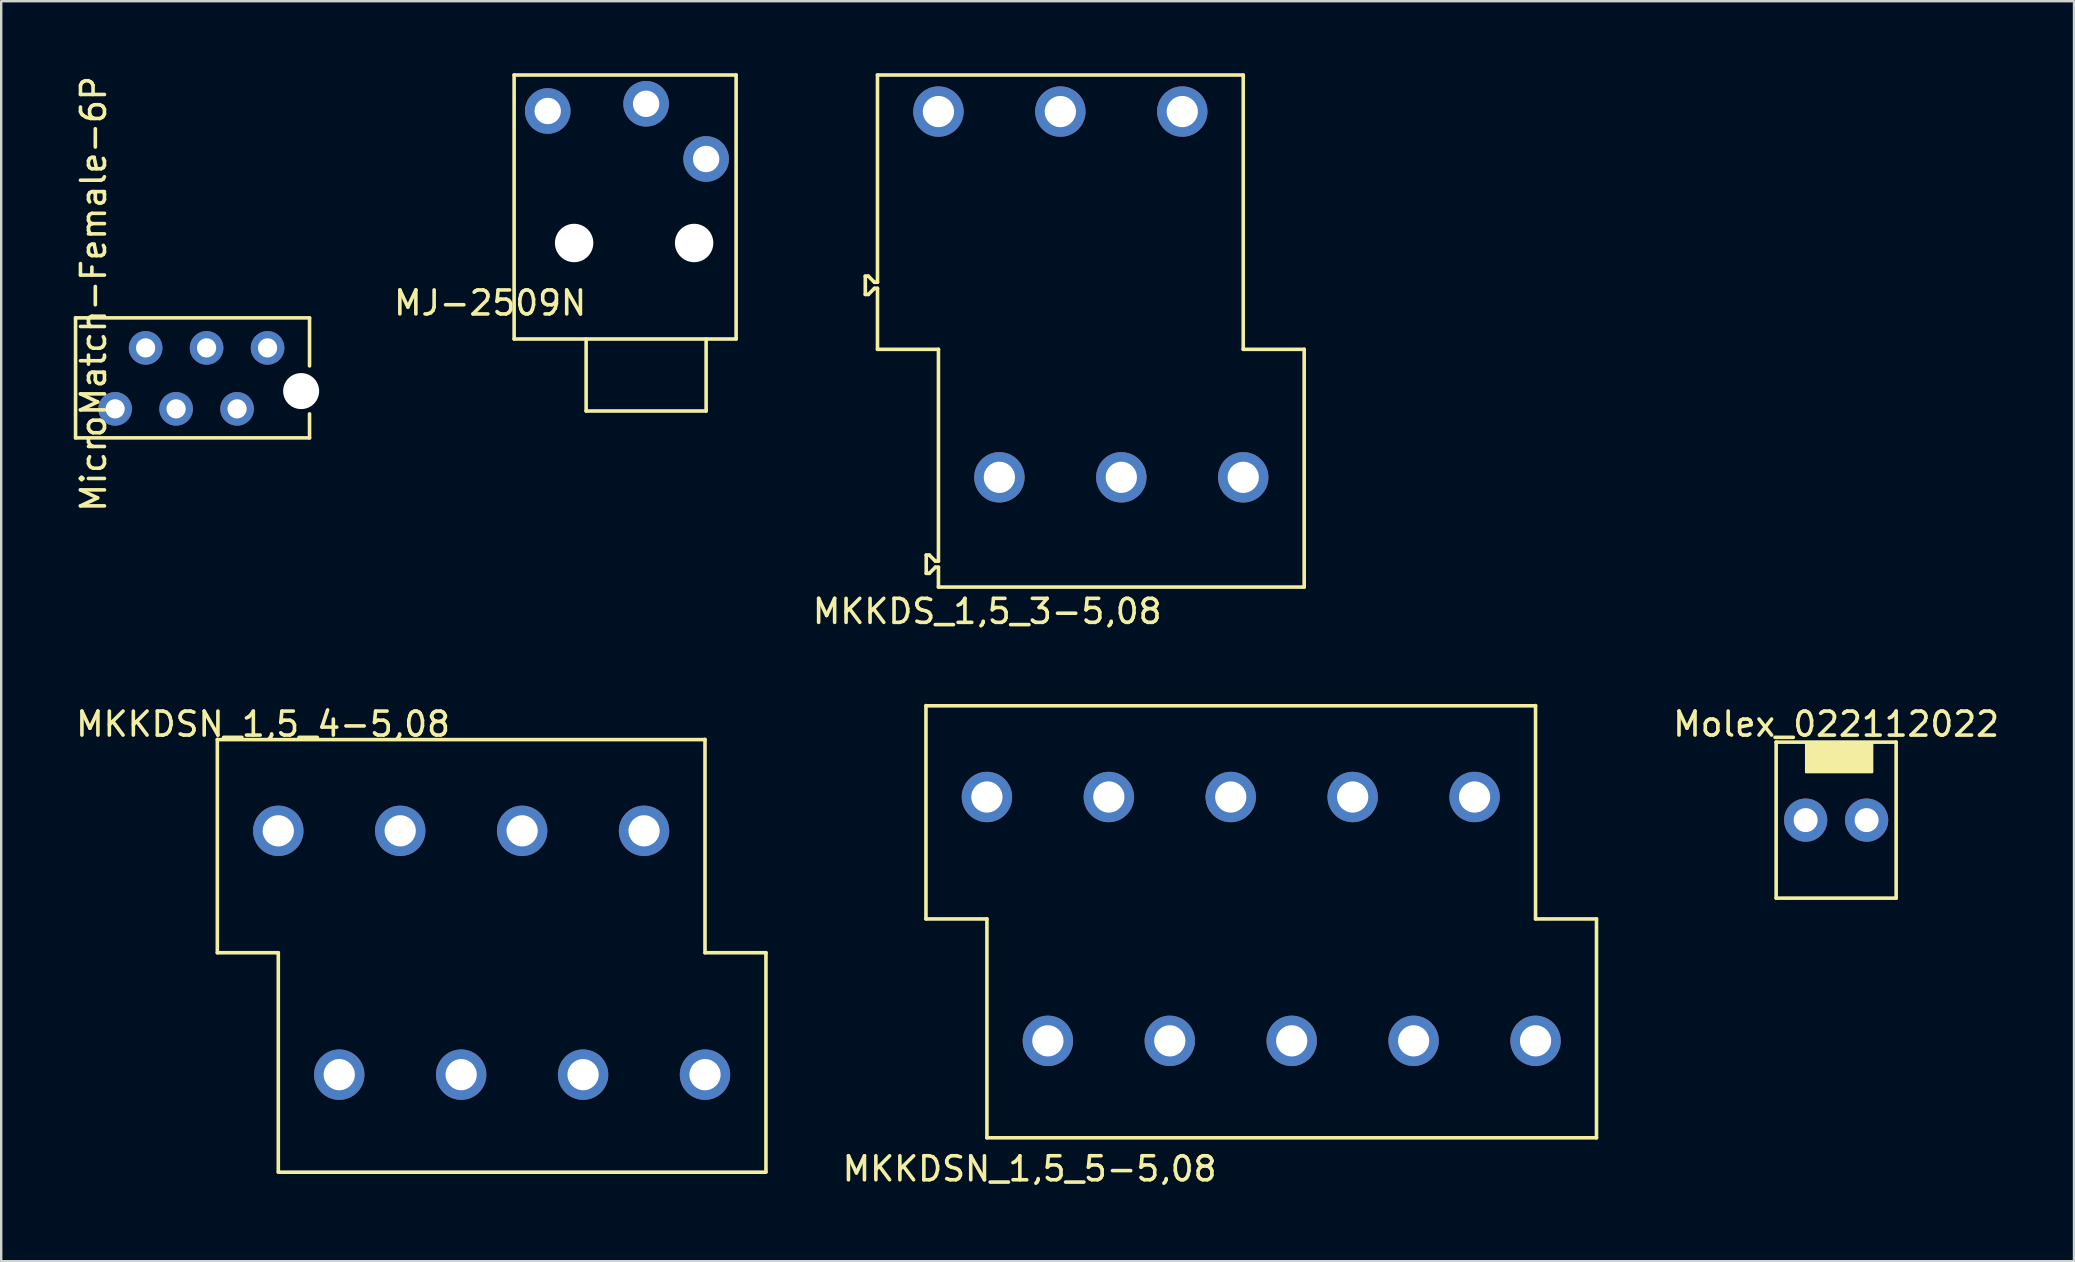
<source format=kicad_pcb>
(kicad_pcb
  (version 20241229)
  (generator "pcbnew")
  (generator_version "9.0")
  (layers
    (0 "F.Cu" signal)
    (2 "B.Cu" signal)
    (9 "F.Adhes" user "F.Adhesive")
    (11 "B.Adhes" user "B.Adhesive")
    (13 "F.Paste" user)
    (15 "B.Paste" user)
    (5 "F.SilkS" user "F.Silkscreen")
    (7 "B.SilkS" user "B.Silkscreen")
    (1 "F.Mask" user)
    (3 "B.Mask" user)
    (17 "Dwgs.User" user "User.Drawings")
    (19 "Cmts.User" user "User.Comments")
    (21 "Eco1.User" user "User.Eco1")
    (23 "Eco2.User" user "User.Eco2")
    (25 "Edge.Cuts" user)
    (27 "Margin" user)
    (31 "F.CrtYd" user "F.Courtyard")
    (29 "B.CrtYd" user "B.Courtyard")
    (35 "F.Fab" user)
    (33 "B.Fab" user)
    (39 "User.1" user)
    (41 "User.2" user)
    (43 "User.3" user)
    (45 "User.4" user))
  (footprint "Molex_022112022"
    (layer "F.Cu")
    (at 73.459 31.123)
    (property "Reference" "Molex_022112022" (at 0 -4 0) (layer "F.SilkS") (effects (font (size 1 1) (thickness 0.15))))
    (attr through_hole)
    (fp_line (start -2.5 -3.25) (end 2.5 -3.25) (stroke (width 0.15) (type solid)) (layer "F.SilkS"))
    (fp_line (start -2.5 3.25) (end -2.5 -3.25) (stroke (width 0.15) (type solid)) (layer "F.SilkS"))
    (fp_line (start 2.5 -3.25) (end 2.5 3.25) (stroke (width 0.15) (type solid)) (layer "F.SilkS"))
    (fp_line (start 2.5 3.25) (end -2.5 3.25) (stroke (width 0.15) (type solid)) (layer "F.SilkS"))
    (fp_poly (pts (xy 1.5 -2) (xy -1.25 -2) (xy -1.25 -3.25) (xy 1.5 -3.25)) (stroke (width 0.1) (type solid)) (fill yes) (layer "F.SilkS"))
    (pad "1" thru_hole circle (at -1.27 0) (size 1.8 1.8) (drill 1) (layers "*.Cu" "*.Mask"))
    (pad "2" thru_hole circle (at 1.27 0) (size 1.8 1.8) (drill 1) (layers "*.Cu" "*.Mask")))
  (footprint "MJ-2509N"
    (layer "F.Cu")
    (at 23.873 11.075)
    (property "Reference" "MJ-2509N" (at -6.5 -1.5 0) (layer "F.SilkS") (effects (font (size 1 1) (thickness 0.15))))
    (attr through_hole)
    (fp_line (start -5.5 -11) (end -5.5 0) (stroke (width 0.15) (type solid)) (layer "F.SilkS"))
    (fp_line (start -5.5 0) (end 3.75 0) (stroke (width 0.15) (type solid)) (layer "F.SilkS"))
    (fp_line (start -2.5 0) (end -2.5 3) (stroke (width 0.15) (type solid)) (layer "F.SilkS"))
    (fp_line (start -2.5 3) (end 2.5 3) (stroke (width 0.15) (type solid)) (layer "F.SilkS"))
    (fp_line (start 2.5 3) (end 2.5 0) (stroke (width 0.15) (type solid)) (layer "F.SilkS"))
    (fp_line (start 3.75 -11) (end -5.5 -11) (stroke (width 0.15) (type solid)) (layer "F.SilkS"))
    (fp_line (start 3.75 0) (end 3.75 -11) (stroke (width 0.15) (type solid)) (layer "F.SilkS"))
    (pad "" np_thru_hole circle (at -3 -4) (size 1.6 1.6) (drill 1.6) (layers "*.Cu" "*.Mask"))
    (pad "" np_thru_hole circle (at 2 -4) (size 1.6 1.6) (drill 1.6) (layers "*.Cu" "*.Mask"))
    (pad "S" thru_hole circle (at 2.5 -7.5) (size 1.9 1.9) (drill 1.1) (layers "*.Cu" "*.Mask"))
    (pad "T" thru_hole circle (at -4.1 -9.5) (size 1.9 1.9) (drill 1.1) (layers "*.Cu" "*.Mask"))
    (pad "TN" thru_hole circle (at 0 -9.8) (size 1.9 1.9) (drill 1.1) (layers "*.Cu" "*.Mask")))
  (footprint "MicroMatch-Female-6P"
    (layer "F.Cu")
    (at 8.098 11.446)
    (property "Reference" "MicroMatch-Female-6P" (at -7.25 -2.25 270) (layer "F.SilkS") (effects (font (size 1 1) (thickness 0.15))))
    (attr through_hole)
    (fp_line (start -8 -1.25) (end 1.75 -1.25) (stroke (width 0.15) (type solid)) (layer "F.SilkS"))
    (fp_line (start -8 3.75) (end -8 -1.25) (stroke (width 0.15) (type solid)) (layer "F.SilkS"))
    (fp_line (start 1.75 -1.25) (end 1.75 0.75) (stroke (width 0.15) (type solid)) (layer "F.SilkS"))
    (fp_line (start 1.75 2.75) (end 1.75 3.75) (stroke (width 0.15) (type solid)) (layer "F.SilkS"))
    (fp_line (start 1.75 3.75) (end -8 3.75) (stroke (width 0.15) (type solid)) (layer "F.SilkS"))
    (pad "" np_thru_hole circle (at 1.4 1.8) (size 1.5 1.5) (drill 1.5) (layers "*.Cu" "*.Mask"))
    (pad "1" thru_hole circle (at -6.35 2.54) (size 1.4 1.4) (drill 0.8) (layers "*.Cu" "*.Mask"))
    (pad "2" thru_hole circle (at -5.08 0) (size 1.4 1.4) (drill 0.8) (layers "*.Cu" "*.Mask"))
    (pad "3" thru_hole circle (at -3.81 2.54) (size 1.4 1.4) (drill 0.8) (layers "*.Cu" "*.Mask"))
    (pad "4" thru_hole circle (at -2.54 0) (size 1.4 1.4) (drill 0.8) (layers "*.Cu" "*.Mask"))
    (pad "5" thru_hole circle (at -1.27 2.54) (size 1.4 1.4) (drill 0.8) (layers "*.Cu" "*.Mask"))
    (pad "6" thru_hole circle (at 0 0) (size 1.4 1.4) (drill 0.8) (layers "*.Cu" "*.Mask")))
  (footprint "MKKDSN_1,5_5-5,08"
    (layer "F.Cu")
    (at 38.073 30.16)
    (property "Reference" "MKKDSN_1,5_5-5,08" (at 1.778 15.494 0) (layer "F.SilkS") (effects (font (size 1 1) (thickness 0.15))))
    (attr through_hole)
    (fp_line (start -2.54 -3.8) (end 22.86 -3.8) (stroke (width 0.15) (type solid)) (layer "F.SilkS"))
    (fp_line (start -2.54 5.08) (end -2.54 -3.81) (stroke (width 0.15) (type solid)) (layer "F.SilkS"))
    (fp_line (start -2.54 5.08) (end 0 5.08) (stroke (width 0.15) (type solid)) (layer "F.SilkS"))
    (fp_line (start 0 5.08) (end 0 14.2) (stroke (width 0.15) (type solid)) (layer "F.SilkS"))
    (fp_line (start 22.86 -3.81) (end 22.86 5.08) (stroke (width 0.15) (type solid)) (layer "F.SilkS"))
    (fp_line (start 22.86 5.08) (end 25.4 5.08) (stroke (width 0.15) (type solid)) (layer "F.SilkS"))
    (fp_line (start 25.4 5.08) (end 25.4 14.2) (stroke (width 0.15) (type solid)) (layer "F.SilkS"))
    (fp_line (start 25.4 14.2) (end 0 14.2) (stroke (width 0.15) (type solid)) (layer "F.SilkS"))
    (pad "1" thru_hole circle (at 0 0) (size 2.1 2.1) (drill 1.3) (layers "*.Cu" "*.Mask"))
    (pad "2" thru_hole circle (at 2.54 10.16) (size 2.1 2.1) (drill 1.3) (layers "*.Cu" "*.Mask"))
    (pad "3" thru_hole circle (at 5.08 0) (size 2.1 2.1) (drill 1.3) (layers "*.Cu" "*.Mask"))
    (pad "4" thru_hole circle (at 7.62 10.16) (size 2.1 2.1) (drill 1.3) (layers "*.Cu" "*.Mask"))
    (pad "5" thru_hole circle (at 10.16 0) (size 2.1 2.1) (drill 1.3) (layers "*.Cu" "*.Mask"))
    (pad "6" thru_hole circle (at 12.7 10.16) (size 2.1 2.1) (drill 1.3) (layers "*.Cu" "*.Mask"))
    (pad "7" thru_hole circle (at 15.24 0) (size 2.1 2.1) (drill 1.3) (layers "*.Cu" "*.Mask"))
    (pad "8" thru_hole circle (at 17.78 10.16) (size 2.1 2.1) (drill 1.3) (layers "*.Cu" "*.Mask"))
    (pad "9" thru_hole circle (at 20.32 0) (size 2.1 2.1) (drill 1.3) (layers "*.Cu" "*.Mask"))
    (pad "10" thru_hole circle (at 22.86 10.16) (size 2.1 2.1) (drill 1.3) (layers "*.Cu" "*.Mask")))
  (footprint "MKKDSN_1,5_4-5,08"
    (layer "F.Cu")
    (at 8.546 31.569)
    (property "Reference" "MKKDSN_1,5_4-5,08" (at -0.635 -4.445 0) (layer "F.SilkS") (effects (font (size 1 1) (thickness 0.15))))
    (attr through_hole)
    (fp_line (start -2.54 -3.8) (end 17.781 -3.8) (stroke (width 0.15) (type solid)) (layer "F.SilkS"))
    (fp_line (start -2.54 5.08) (end -2.54 -3.81) (stroke (width 0.15) (type solid)) (layer "F.SilkS"))
    (fp_line (start -2.54 5.08) (end 0 5.08) (stroke (width 0.15) (type solid)) (layer "F.SilkS"))
    (fp_line (start 0 5.08) (end 0 14.2) (stroke (width 0.15) (type solid)) (layer "F.SilkS"))
    (fp_line (start 0 14.224) (end 20.32 14.224) (stroke (width 0.15) (type solid)) (layer "F.SilkS"))
    (fp_line (start 17.78 -3.81) (end 17.78 5.08) (stroke (width 0.15) (type solid)) (layer "F.SilkS"))
    (fp_line (start 17.78 5.08) (end 20.32 5.08) (stroke (width 0.15) (type solid)) (layer "F.SilkS"))
    (fp_line (start 20.32 5.08) (end 20.32 14.2) (stroke (width 0.15) (type solid)) (layer "F.SilkS"))
    (pad "1" thru_hole circle (at 0 0) (size 2.1 2.1) (drill 1.3) (layers "*.Cu" "*.Mask"))
    (pad "2" thru_hole circle (at 2.54 10.16) (size 2.1 2.1) (drill 1.3) (layers "*.Cu" "*.Mask"))
    (pad "3" thru_hole circle (at 5.08 0) (size 2.1 2.1) (drill 1.3) (layers "*.Cu" "*.Mask"))
    (pad "4" thru_hole circle (at 7.62 10.16) (size 2.1 2.1) (drill 1.3) (layers "*.Cu" "*.Mask"))
    (pad "5" thru_hole circle (at 10.16 0) (size 2.1 2.1) (drill 1.3) (layers "*.Cu" "*.Mask"))
    (pad "6" thru_hole circle (at 12.7 10.16) (size 2.1 2.1) (drill 1.3) (layers "*.Cu" "*.Mask"))
    (pad "7" thru_hole circle (at 15.24 0) (size 2.1 2.1) (drill 1.3) (layers "*.Cu" "*.Mask"))
    (pad "8" thru_hole circle (at 17.78 10.16) (size 2.1 2.1) (drill 1.3) (layers "*.Cu" "*.Mask")))
  (footprint "MKKDS_1,5_3-5,08"
    (layer "F.Cu")
    (at 36.053 1.599)
    (property "Reference" "MKKDS_1,5_3-5,08" (at 2.032 20.828 0) (layer "F.SilkS") (effects (font (size 1 1) (thickness 0.15))))
    (attr through_hole)
    (fp_line (start -3.048 6.858) (end -3.048 7.62) (stroke (width 0.15) (type solid)) (layer "F.SilkS"))
    (fp_line (start -3.048 6.858) (end -2.921 6.858) (stroke (width 0.15) (type solid)) (layer "F.SilkS"))
    (fp_line (start -3.048 7.62) (end -2.921 7.62) (stroke (width 0.15) (type solid)) (layer "F.SilkS"))
    (fp_line (start -2.921 6.858) (end -2.667 7.112) (stroke (width 0.15) (type solid)) (layer "F.SilkS"))
    (fp_line (start -2.921 7.62) (end -2.667 7.366) (stroke (width 0.15) (type solid)) (layer "F.SilkS"))
    (fp_line (start -2.667 7.112) (end -2.54 7.112) (stroke (width 0.15) (type solid)) (layer "F.SilkS"))
    (fp_line (start -2.667 7.366) (end -2.54 7.366) (stroke (width 0.15) (type solid)) (layer "F.SilkS"))
    (fp_line (start -2.54 -1.524) (end 12.7 -1.524) (stroke (width 0.15) (type solid)) (layer "F.SilkS"))
    (fp_line (start -2.54 7.112) (end -2.54 -1.524) (stroke (width 0.15) (type solid)) (layer "F.SilkS"))
    (fp_line (start -2.54 9.906) (end -2.54 7.366) (stroke (width 0.15) (type solid)) (layer "F.SilkS"))
    (fp_line (start -2.54 9.906) (end 0 9.906) (stroke (width 0.15) (type solid)) (layer "F.SilkS"))
    (fp_line (start -0.508 18.479) (end -0.508 19.241) (stroke (width 0.15) (type solid)) (layer "F.SilkS"))
    (fp_line (start -0.508 18.479) (end -0.381 18.479) (stroke (width 0.15) (type solid)) (layer "F.SilkS"))
    (fp_line (start -0.508 19.241) (end -0.381 19.241) (stroke (width 0.15) (type solid)) (layer "F.SilkS"))
    (fp_line (start -0.381 18.479) (end -0.127 18.733) (stroke (width 0.15) (type solid)) (layer "F.SilkS"))
    (fp_line (start -0.381 19.241) (end -0.127 18.986) (stroke (width 0.15) (type solid)) (layer "F.SilkS"))
    (fp_line (start -0.127 18.733) (end 0 18.733) (stroke (width 0.15) (type solid)) (layer "F.SilkS"))
    (fp_line (start -0.127 18.986) (end 0 18.986) (stroke (width 0.15) (type solid)) (layer "F.SilkS"))
    (fp_line (start 0 9.906) (end 0 18.733) (stroke (width 0.15) (type solid)) (layer "F.SilkS"))
    (fp_line (start 0 18.986) (end 0 19.812) (stroke (width 0.15) (type solid)) (layer "F.SilkS"))
    (fp_line (start 0 19.812) (end 15.24 19.812) (stroke (width 0.15) (type solid)) (layer "F.SilkS"))
    (fp_line (start 12.7 -1.524) (end 12.7 9.906) (stroke (width 0.15) (type solid)) (layer "F.SilkS"))
    (fp_line (start 12.7 9.906) (end 15.24 9.906) (stroke (width 0.15) (type solid)) (layer "F.SilkS"))
    (fp_line (start 15.24 9.906) (end 15.24 19.812) (stroke (width 0.15) (type solid)) (layer "F.SilkS"))
    (pad "1" thru_hole circle (at 0 0) (size 2.1 2.1) (drill 1.3) (layers "*.Cu" "*.Mask"))
    (pad "2" thru_hole circle (at 2.54 15.24) (size 2.1 2.1) (drill 1.3) (layers "*.Cu" "*.Mask"))
    (pad "3" thru_hole circle (at 5.08 0) (size 2.1 2.1) (drill 1.3) (layers "*.Cu" "*.Mask"))
    (pad "4" thru_hole circle (at 7.62 15.24) (size 2.1 2.1) (drill 1.3) (layers "*.Cu" "*.Mask"))
    (pad "5" thru_hole circle (at 10.16 0) (size 2.1 2.1) (drill 1.3) (layers "*.Cu" "*.Mask"))
    (pad "6" thru_hole circle (at 12.7 15.24) (size 2.1 2.1) (drill 1.3) (layers "*.Cu" "*.Mask")))
  (gr_rect
    (start -3 -3)
    (end 83.37 49.502)
    (stroke (width 0.1) (type default))
    (fill no)
    (layer "Edge.Cuts")))
</source>
